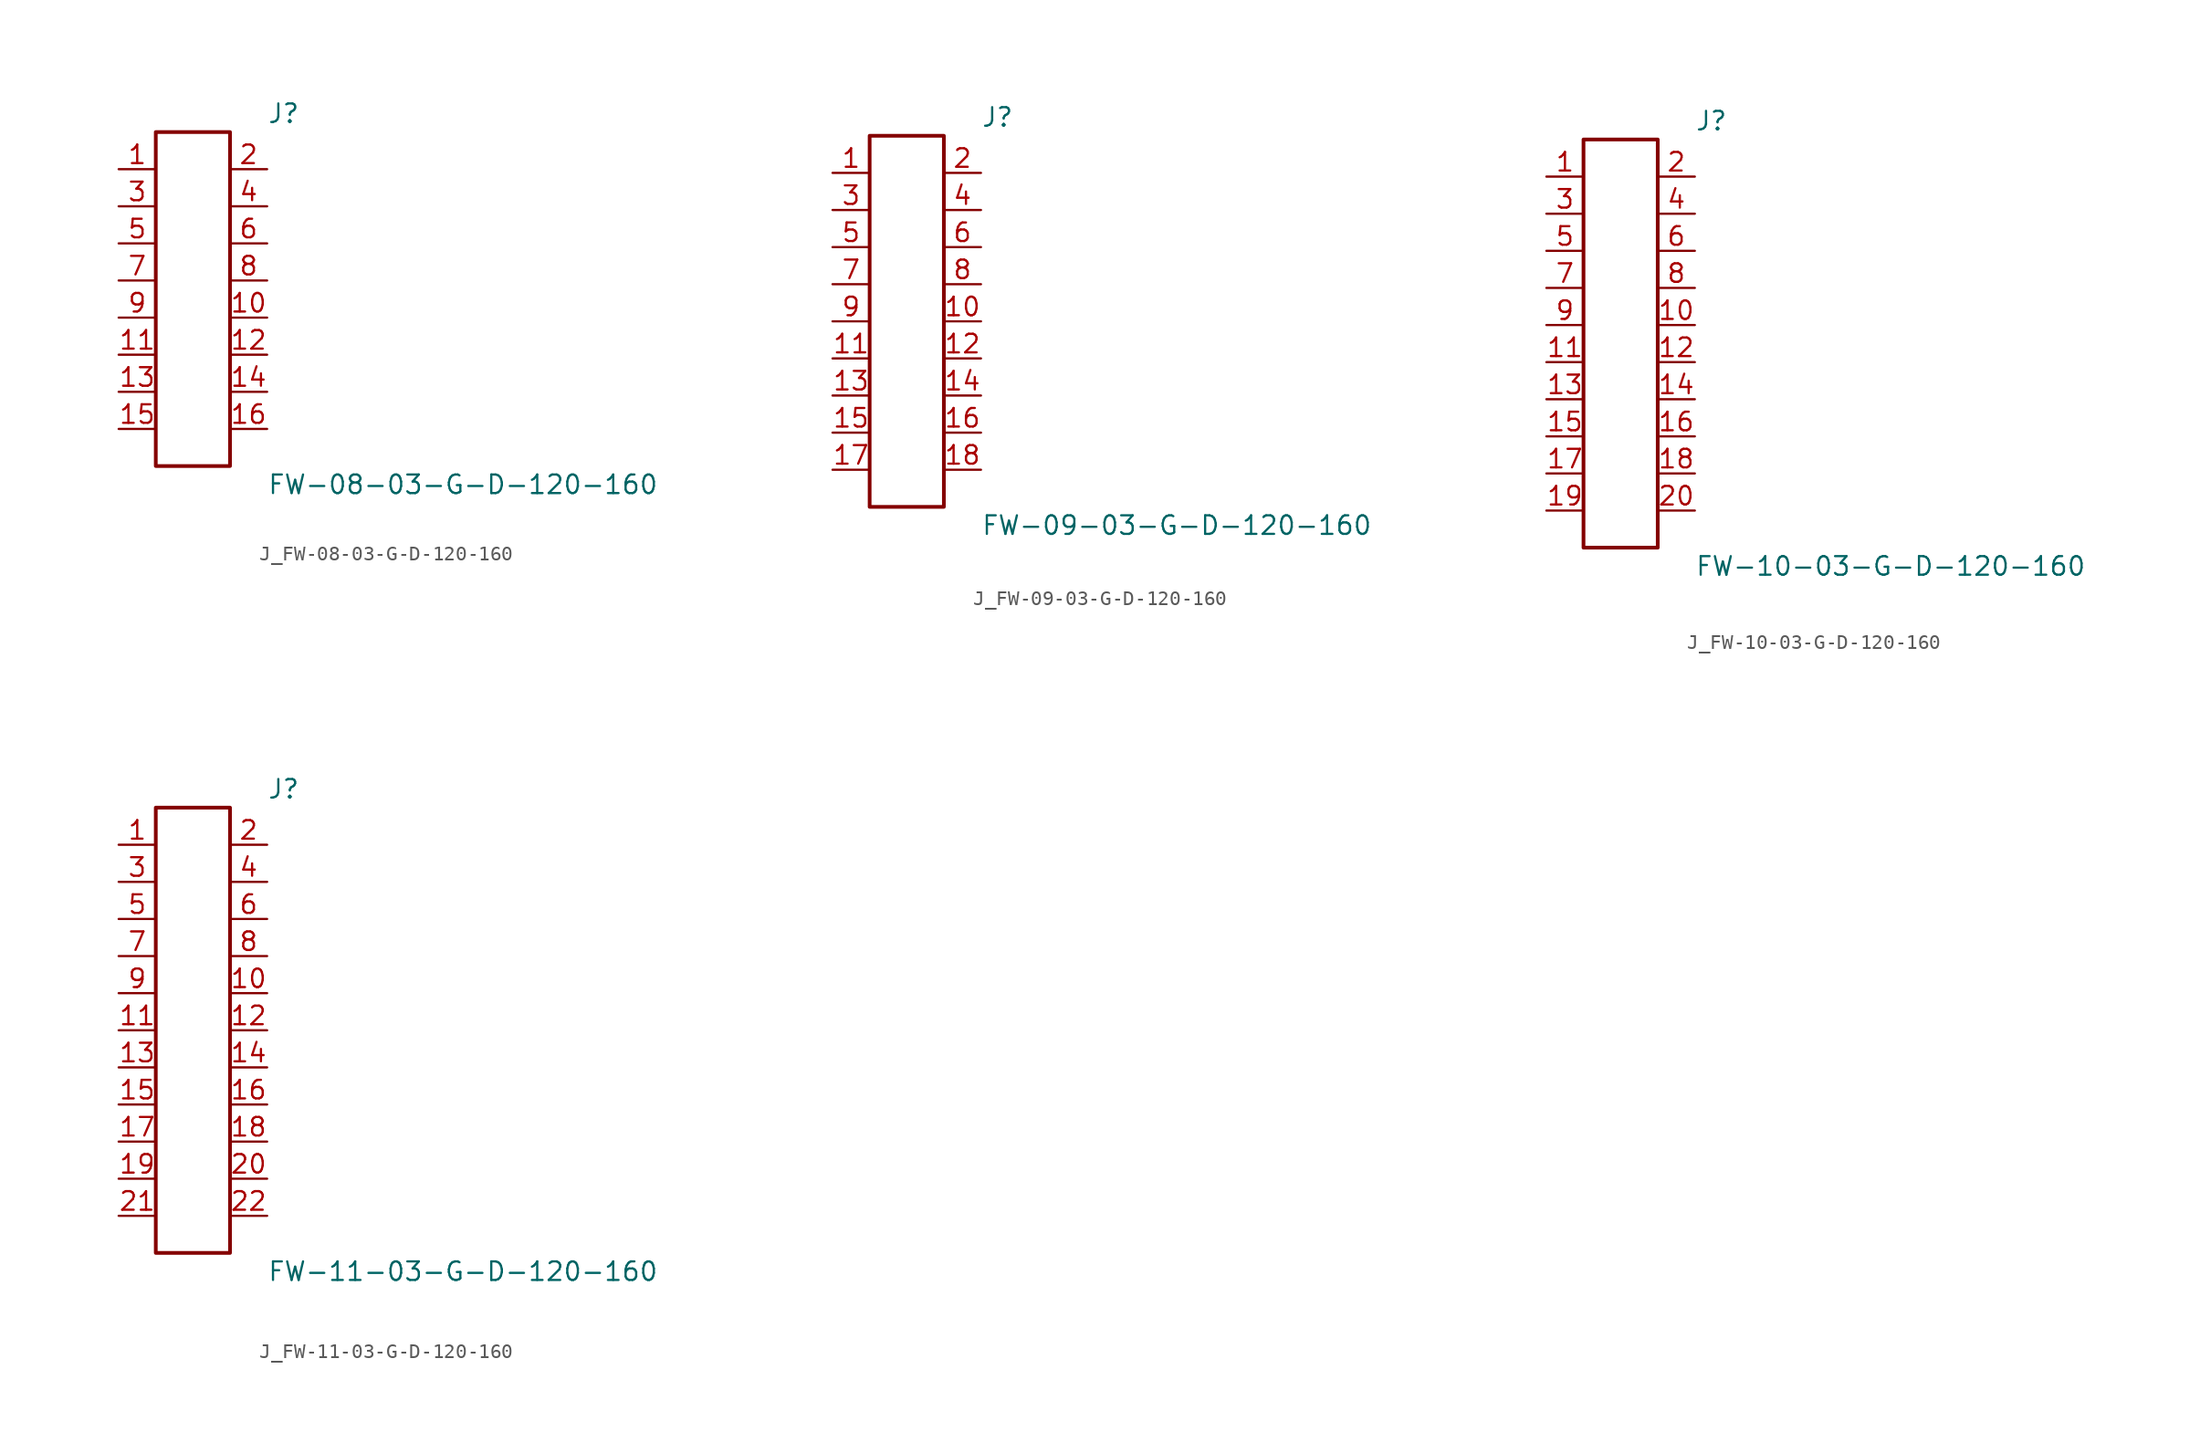
<source format=kicad_sym>
(kicad_symbol_lib
  (version 20231120)
  (generator kicad_symbol_editor)
  (generator_version 8.0)
  (symbol "J_FW-08-03-G-D-120-160"
    (pin_names
      (offset 0.254))
    (property "Reference" "J"
      (at 5.08 12.7 0)
      (effects (font (size 1.27 1.27)) (justify left)))
    (property "Value" "FW-08-03-G-D-120-160"
      (at 5.08 -12.7 0)
      (effects (font (size 1.27 1.27)) (justify left)))
    (symbol "J_FW-08-03-G-D-120-160_0_0"
      (pin passive line (at -5.08 8.89 0) (length 2.54) (name "" (effects (font (size 1.27 1.27)))) (number "1" (effects (font (size 1.27 1.27)))))
      (pin passive line (at 5.08 8.89 180) (length 2.54) (name "" (effects (font (size 1.27 1.27)))) (number "2" (effects (font (size 1.27 1.27)))))
      (pin passive line (at -5.08 6.35 0) (length 2.54) (name "" (effects (font (size 1.27 1.27)))) (number "3" (effects (font (size 1.27 1.27)))))
      (pin passive line (at 5.08 6.35 180) (length 2.54) (name "" (effects (font (size 1.27 1.27)))) (number "4" (effects (font (size 1.27 1.27)))))
      (pin passive line (at -5.08 3.81 0) (length 2.54) (name "" (effects (font (size 1.27 1.27)))) (number "5" (effects (font (size 1.27 1.27)))))
      (pin passive line (at 5.08 3.81 180) (length 2.54) (name "" (effects (font (size 1.27 1.27)))) (number "6" (effects (font (size 1.27 1.27)))))
      (pin passive line (at -5.08 1.27 0) (length 2.54) (name "" (effects (font (size 1.27 1.27)))) (number "7" (effects (font (size 1.27 1.27)))))
      (pin passive line (at 5.08 1.27 180) (length 2.54) (name "" (effects (font (size 1.27 1.27)))) (number "8" (effects (font (size 1.27 1.27)))))
      (pin passive line (at -5.08 -1.27 0) (length 2.54) (name "" (effects (font (size 1.27 1.27)))) (number "9" (effects (font (size 1.27 1.27)))))
      (pin passive line (at 5.08 -1.27 180) (length 2.54) (name "" (effects (font (size 1.27 1.27)))) (number "10" (effects (font (size 1.27 1.27)))))
      (pin passive line (at -5.08 -3.81 0) (length 2.54) (name "" (effects (font (size 1.27 1.27)))) (number "11" (effects (font (size 1.27 1.27)))))
      (pin passive line (at 5.08 -3.81 180) (length 2.54) (name "" (effects (font (size 1.27 1.27)))) (number "12" (effects (font (size 1.27 1.27)))))
      (pin passive line (at -5.08 -6.35 0) (length 2.54) (name "" (effects (font (size 1.27 1.27)))) (number "13" (effects (font (size 1.27 1.27)))))
      (pin passive line (at 5.08 -6.35 180) (length 2.54) (name "" (effects (font (size 1.27 1.27)))) (number "14" (effects (font (size 1.27 1.27)))))
      (pin passive line (at -5.08 -8.89 0) (length 2.54) (name "" (effects (font (size 1.27 1.27)))) (number "15" (effects (font (size 1.27 1.27)))))
      (pin passive line (at 5.08 -8.89 180) (length 2.54) (name "" (effects (font (size 1.27 1.27)))) (number "16" (effects (font (size 1.27 1.27))))))
    (symbol "J_FW-08-03-G-D-120-160_1_0"
      (rectangle (start -2.54 11.43) (end 2.54 -11.43) (stroke (width 0.254) (type solid)) (fill (type none)))))
  (symbol "J_FW-09-03-G-D-120-160"
    (pin_names
      (offset 0.254))
    (property "Reference" "J"
      (at 5.08 13.97 0)
      (effects (font (size 1.27 1.27)) (justify left)))
    (property "Value" "FW-09-03-G-D-120-160"
      (at 5.08 -13.97 0)
      (effects (font (size 1.27 1.27)) (justify left)))
    (symbol "J_FW-09-03-G-D-120-160_0_0"
      (pin passive line (at -5.08 10.16 0) (length 2.54) (name "" (effects (font (size 1.27 1.27)))) (number "1" (effects (font (size 1.27 1.27)))))
      (pin passive line (at 5.08 10.16 180) (length 2.54) (name "" (effects (font (size 1.27 1.27)))) (number "2" (effects (font (size 1.27 1.27)))))
      (pin passive line (at -5.08 7.62 0) (length 2.54) (name "" (effects (font (size 1.27 1.27)))) (number "3" (effects (font (size 1.27 1.27)))))
      (pin passive line (at 5.08 7.62 180) (length 2.54) (name "" (effects (font (size 1.27 1.27)))) (number "4" (effects (font (size 1.27 1.27)))))
      (pin passive line (at -5.08 5.08 0) (length 2.54) (name "" (effects (font (size 1.27 1.27)))) (number "5" (effects (font (size 1.27 1.27)))))
      (pin passive line (at 5.08 5.08 180) (length 2.54) (name "" (effects (font (size 1.27 1.27)))) (number "6" (effects (font (size 1.27 1.27)))))
      (pin passive line (at -5.08 2.54 0) (length 2.54) (name "" (effects (font (size 1.27 1.27)))) (number "7" (effects (font (size 1.27 1.27)))))
      (pin passive line (at 5.08 2.54 180) (length 2.54) (name "" (effects (font (size 1.27 1.27)))) (number "8" (effects (font (size 1.27 1.27)))))
      (pin passive line (at -5.08 0.0 0) (length 2.54) (name "" (effects (font (size 1.27 1.27)))) (number "9" (effects (font (size 1.27 1.27)))))
      (pin passive line (at 5.08 0.0 180) (length 2.54) (name "" (effects (font (size 1.27 1.27)))) (number "10" (effects (font (size 1.27 1.27)))))
      (pin passive line (at -5.08 -2.54 0) (length 2.54) (name "" (effects (font (size 1.27 1.27)))) (number "11" (effects (font (size 1.27 1.27)))))
      (pin passive line (at 5.08 -2.54 180) (length 2.54) (name "" (effects (font (size 1.27 1.27)))) (number "12" (effects (font (size 1.27 1.27)))))
      (pin passive line (at -5.08 -5.08 0) (length 2.54) (name "" (effects (font (size 1.27 1.27)))) (number "13" (effects (font (size 1.27 1.27)))))
      (pin passive line (at 5.08 -5.08 180) (length 2.54) (name "" (effects (font (size 1.27 1.27)))) (number "14" (effects (font (size 1.27 1.27)))))
      (pin passive line (at -5.08 -7.62 0) (length 2.54) (name "" (effects (font (size 1.27 1.27)))) (number "15" (effects (font (size 1.27 1.27)))))
      (pin passive line (at 5.08 -7.62 180) (length 2.54) (name "" (effects (font (size 1.27 1.27)))) (number "16" (effects (font (size 1.27 1.27)))))
      (pin passive line (at -5.08 -10.16 0) (length 2.54) (name "" (effects (font (size 1.27 1.27)))) (number "17" (effects (font (size 1.27 1.27)))))
      (pin passive line (at 5.08 -10.16 180) (length 2.54) (name "" (effects (font (size 1.27 1.27)))) (number "18" (effects (font (size 1.27 1.27))))))
    (symbol "J_FW-09-03-G-D-120-160_1_0"
      (rectangle (start -2.54 12.7) (end 2.54 -12.7) (stroke (width 0.254) (type solid)) (fill (type none)))))
  (symbol "J_FW-10-03-G-D-120-160"
    (pin_names
      (offset 0.254))
    (property "Reference" "J"
      (at 5.08 15.24 0)
      (effects (font (size 1.27 1.27)) (justify left)))
    (property "Value" "FW-10-03-G-D-120-160"
      (at 5.08 -15.24 0)
      (effects (font (size 1.27 1.27)) (justify left)))
    (symbol "J_FW-10-03-G-D-120-160_0_0"
      (pin passive line (at -5.08 11.43 0) (length 2.54) (name "" (effects (font (size 1.27 1.27)))) (number "1" (effects (font (size 1.27 1.27)))))
      (pin passive line (at 5.08 11.43 180) (length 2.54) (name "" (effects (font (size 1.27 1.27)))) (number "2" (effects (font (size 1.27 1.27)))))
      (pin passive line (at -5.08 8.89 0) (length 2.54) (name "" (effects (font (size 1.27 1.27)))) (number "3" (effects (font (size 1.27 1.27)))))
      (pin passive line (at 5.08 8.89 180) (length 2.54) (name "" (effects (font (size 1.27 1.27)))) (number "4" (effects (font (size 1.27 1.27)))))
      (pin passive line (at -5.08 6.35 0) (length 2.54) (name "" (effects (font (size 1.27 1.27)))) (number "5" (effects (font (size 1.27 1.27)))))
      (pin passive line (at 5.08 6.35 180) (length 2.54) (name "" (effects (font (size 1.27 1.27)))) (number "6" (effects (font (size 1.27 1.27)))))
      (pin passive line (at -5.08 3.81 0) (length 2.54) (name "" (effects (font (size 1.27 1.27)))) (number "7" (effects (font (size 1.27 1.27)))))
      (pin passive line (at 5.08 3.81 180) (length 2.54) (name "" (effects (font (size 1.27 1.27)))) (number "8" (effects (font (size 1.27 1.27)))))
      (pin passive line (at -5.08 1.27 0) (length 2.54) (name "" (effects (font (size 1.27 1.27)))) (number "9" (effects (font (size 1.27 1.27)))))
      (pin passive line (at 5.08 1.27 180) (length 2.54) (name "" (effects (font (size 1.27 1.27)))) (number "10" (effects (font (size 1.27 1.27)))))
      (pin passive line (at -5.08 -1.27 0) (length 2.54) (name "" (effects (font (size 1.27 1.27)))) (number "11" (effects (font (size 1.27 1.27)))))
      (pin passive line (at 5.08 -1.27 180) (length 2.54) (name "" (effects (font (size 1.27 1.27)))) (number "12" (effects (font (size 1.27 1.27)))))
      (pin passive line (at -5.08 -3.81 0) (length 2.54) (name "" (effects (font (size 1.27 1.27)))) (number "13" (effects (font (size 1.27 1.27)))))
      (pin passive line (at 5.08 -3.81 180) (length 2.54) (name "" (effects (font (size 1.27 1.27)))) (number "14" (effects (font (size 1.27 1.27)))))
      (pin passive line (at -5.08 -6.35 0) (length 2.54) (name "" (effects (font (size 1.27 1.27)))) (number "15" (effects (font (size 1.27 1.27)))))
      (pin passive line (at 5.08 -6.35 180) (length 2.54) (name "" (effects (font (size 1.27 1.27)))) (number "16" (effects (font (size 1.27 1.27)))))
      (pin passive line (at -5.08 -8.89 0) (length 2.54) (name "" (effects (font (size 1.27 1.27)))) (number "17" (effects (font (size 1.27 1.27)))))
      (pin passive line (at 5.08 -8.89 180) (length 2.54) (name "" (effects (font (size 1.27 1.27)))) (number "18" (effects (font (size 1.27 1.27)))))
      (pin passive line (at -5.08 -11.43 0) (length 2.54) (name "" (effects (font (size 1.27 1.27)))) (number "19" (effects (font (size 1.27 1.27)))))
      (pin passive line (at 5.08 -11.43 180) (length 2.54) (name "" (effects (font (size 1.27 1.27)))) (number "20" (effects (font (size 1.27 1.27))))))
    (symbol "J_FW-10-03-G-D-120-160_1_0"
      (rectangle (start -2.54 13.97) (end 2.54 -13.97) (stroke (width 0.254) (type solid)) (fill (type none)))))
  (symbol "J_FW-11-03-G-D-120-160"
    (pin_names
      (offset 0.254))
    (property "Reference" "J"
      (at 5.08 16.51 0)
      (effects (font (size 1.27 1.27)) (justify left)))
    (property "Value" "FW-11-03-G-D-120-160"
      (at 5.08 -16.51 0)
      (effects (font (size 1.27 1.27)) (justify left)))
    (symbol "J_FW-11-03-G-D-120-160_0_0"
      (pin passive line (at -5.08 12.7 0) (length 2.54) (name "" (effects (font (size 1.27 1.27)))) (number "1" (effects (font (size 1.27 1.27)))))
      (pin passive line (at 5.08 12.7 180) (length 2.54) (name "" (effects (font (size 1.27 1.27)))) (number "2" (effects (font (size 1.27 1.27)))))
      (pin passive line (at -5.08 10.16 0) (length 2.54) (name "" (effects (font (size 1.27 1.27)))) (number "3" (effects (font (size 1.27 1.27)))))
      (pin passive line (at 5.08 10.16 180) (length 2.54) (name "" (effects (font (size 1.27 1.27)))) (number "4" (effects (font (size 1.27 1.27)))))
      (pin passive line (at -5.08 7.62 0) (length 2.54) (name "" (effects (font (size 1.27 1.27)))) (number "5" (effects (font (size 1.27 1.27)))))
      (pin passive line (at 5.08 7.62 180) (length 2.54) (name "" (effects (font (size 1.27 1.27)))) (number "6" (effects (font (size 1.27 1.27)))))
      (pin passive line (at -5.08 5.08 0) (length 2.54) (name "" (effects (font (size 1.27 1.27)))) (number "7" (effects (font (size 1.27 1.27)))))
      (pin passive line (at 5.08 5.08 180) (length 2.54) (name "" (effects (font (size 1.27 1.27)))) (number "8" (effects (font (size 1.27 1.27)))))
      (pin passive line (at -5.08 2.54 0) (length 2.54) (name "" (effects (font (size 1.27 1.27)))) (number "9" (effects (font (size 1.27 1.27)))))
      (pin passive line (at 5.08 2.54 180) (length 2.54) (name "" (effects (font (size 1.27 1.27)))) (number "10" (effects (font (size 1.27 1.27)))))
      (pin passive line (at -5.08 0.0 0) (length 2.54) (name "" (effects (font (size 1.27 1.27)))) (number "11" (effects (font (size 1.27 1.27)))))
      (pin passive line (at 5.08 0.0 180) (length 2.54) (name "" (effects (font (size 1.27 1.27)))) (number "12" (effects (font (size 1.27 1.27)))))
      (pin passive line (at -5.08 -2.54 0) (length 2.54) (name "" (effects (font (size 1.27 1.27)))) (number "13" (effects (font (size 1.27 1.27)))))
      (pin passive line (at 5.08 -2.54 180) (length 2.54) (name "" (effects (font (size 1.27 1.27)))) (number "14" (effects (font (size 1.27 1.27)))))
      (pin passive line (at -5.08 -5.08 0) (length 2.54) (name "" (effects (font (size 1.27 1.27)))) (number "15" (effects (font (size 1.27 1.27)))))
      (pin passive line (at 5.08 -5.08 180) (length 2.54) (name "" (effects (font (size 1.27 1.27)))) (number "16" (effects (font (size 1.27 1.27)))))
      (pin passive line (at -5.08 -7.62 0) (length 2.54) (name "" (effects (font (size 1.27 1.27)))) (number "17" (effects (font (size 1.27 1.27)))))
      (pin passive line (at 5.08 -7.62 180) (length 2.54) (name "" (effects (font (size 1.27 1.27)))) (number "18" (effects (font (size 1.27 1.27)))))
      (pin passive line (at -5.08 -10.16 0) (length 2.54) (name "" (effects (font (size 1.27 1.27)))) (number "19" (effects (font (size 1.27 1.27)))))
      (pin passive line (at 5.08 -10.16 180) (length 2.54) (name "" (effects (font (size 1.27 1.27)))) (number "20" (effects (font (size 1.27 1.27)))))
      (pin passive line (at -5.08 -12.7 0) (length 2.54) (name "" (effects (font (size 1.27 1.27)))) (number "21" (effects (font (size 1.27 1.27)))))
      (pin passive line (at 5.08 -12.7 180) (length 2.54) (name "" (effects (font (size 1.27 1.27)))) (number "22" (effects (font (size 1.27 1.27))))))
    (symbol "J_FW-11-03-G-D-120-160_1_0"
      (rectangle (start -2.54 15.24) (end 2.54 -15.24) (stroke (width 0.254) (type solid)) (fill (type none))))))
</source>
